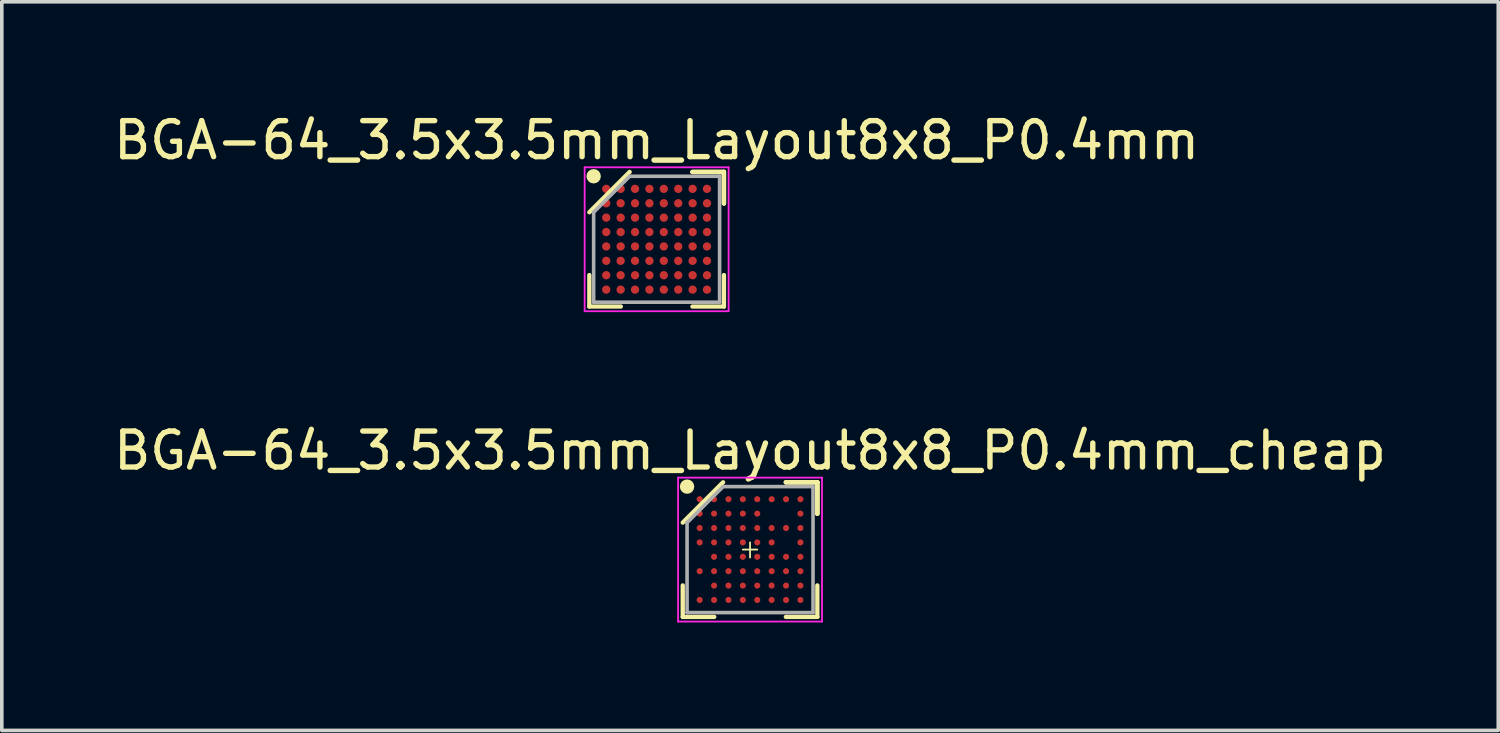
<source format=kicad_pcb>
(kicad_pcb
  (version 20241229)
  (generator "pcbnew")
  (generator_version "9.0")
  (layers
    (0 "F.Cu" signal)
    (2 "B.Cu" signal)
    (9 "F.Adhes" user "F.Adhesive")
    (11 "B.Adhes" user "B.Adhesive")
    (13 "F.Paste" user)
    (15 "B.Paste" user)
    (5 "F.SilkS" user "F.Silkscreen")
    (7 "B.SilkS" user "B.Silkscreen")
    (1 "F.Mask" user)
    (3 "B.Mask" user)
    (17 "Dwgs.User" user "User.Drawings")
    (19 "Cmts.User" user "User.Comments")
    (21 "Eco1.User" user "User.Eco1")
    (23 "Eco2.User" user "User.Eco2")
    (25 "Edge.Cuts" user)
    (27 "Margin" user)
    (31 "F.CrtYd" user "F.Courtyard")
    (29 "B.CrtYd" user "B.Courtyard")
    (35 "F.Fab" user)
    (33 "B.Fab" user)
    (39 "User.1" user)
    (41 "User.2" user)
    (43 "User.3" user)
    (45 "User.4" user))
  (footprint "BGA-64_3.5x3.5mm_Layout8x8_P0.4mm"
    (layer "F.Cu")
    (at 15.196 3.598)
    (property "Reference" "BGA-64_3.5x3.5mm_Layout8x8_P0.4mm" (at 0 -2.75 0) (layer "F.SilkS") (effects (font (size 1 1) (thickness 0.15))))
    (attr smd)
    (fp_line (start -1.87 1.87) (end -1.87 0.995) (stroke (width 0.12) (type solid)) (layer "F.SilkS"))
    (fp_line (start -0.995 1.87) (end -1.87 1.87) (stroke (width 0.12) (type solid)) (layer "F.SilkS"))
    (fp_line (start -0.75 -1.87) (end -1.87 -0.75) (stroke (width 0.12) (type solid)) (layer "F.SilkS"))
    (fp_line (start 0.995 -1.87) (end 1.87 -1.87) (stroke (width 0.12) (type solid)) (layer "F.SilkS"))
    (fp_line (start 0.995 -1.87) (end 1.87 -1.87) (stroke (width 0.12) (type solid)) (layer "F.SilkS"))
    (fp_line (start 0.995 -1.87) (end 1.87 -1.87) (stroke (width 0.12) (type solid)) (layer "F.SilkS"))
    (fp_line (start 0.995 1.87) (end 1.87 1.87) (stroke (width 0.12) (type solid)) (layer "F.SilkS"))
    (fp_line (start 1.87 -1.87) (end 1.87 -0.995) (stroke (width 0.12) (type solid)) (layer "F.SilkS"))
    (fp_line (start 1.87 -1.87) (end 1.87 -0.995) (stroke (width 0.12) (type solid)) (layer "F.SilkS"))
    (fp_line (start 1.87 -1.87) (end 1.87 -0.995) (stroke (width 0.12) (type solid)) (layer "F.SilkS"))
    (fp_line (start 1.87 1.87) (end 1.87 0.995) (stroke (width 0.12) (type solid)) (layer "F.SilkS"))
    (fp_circle (center -1.75 -1.75) (end -1.75 -1.65) (stroke (width 0.2) (type solid)) (fill no) (layer "F.SilkS"))
    (fp_line (start -2 -2) (end 2 -2) (stroke (width 0.05) (type solid)) (layer "F.CrtYd"))
    (fp_line (start -2 2) (end -2 -2) (stroke (width 0.05) (type solid)) (layer "F.CrtYd"))
    (fp_line (start 2 -2) (end 2 2) (stroke (width 0.05) (type solid)) (layer "F.CrtYd"))
    (fp_line (start 2 2) (end -2 2) (stroke (width 0.05) (type solid)) (layer "F.CrtYd"))
    (fp_line (start -1.75 -0.75) (end -1.75 1.75) (stroke (width 0.1) (type solid)) (layer "F.Fab"))
    (fp_line (start -1.75 1.75) (end 1.75 1.75) (stroke (width 0.1) (type solid)) (layer "F.Fab"))
    (fp_line (start -0.75 -1.75) (end -1.75 -0.75) (stroke (width 0.1) (type solid)) (layer "F.Fab"))
    (fp_line (start 1.75 -1.75) (end -0.75 -1.75) (stroke (width 0.1) (type solid)) (layer "F.Fab"))
    (fp_line (start 1.75 1.75) (end 1.75 -1.75) (stroke (width 0.1) (type solid)) (layer "F.Fab"))
    (pad "A1" smd circle (at -1.4 -1.4) (size 0.23 0.23) (layers "F.Cu" "F.Mask" "F.Paste"))
    (pad "A2" smd circle (at -1 -1.4) (size 0.23 0.23) (layers "F.Cu" "F.Mask" "F.Paste"))
    (pad "A3" smd circle (at -0.6 -1.4) (size 0.23 0.23) (layers "F.Cu" "F.Mask" "F.Paste"))
    (pad "A4" smd circle (at -0.2 -1.4) (size 0.23 0.23) (layers "F.Cu" "F.Mask" "F.Paste"))
    (pad "A5" smd circle (at 0.2 -1.4) (size 0.23 0.23) (layers "F.Cu" "F.Mask" "F.Paste"))
    (pad "A6" smd circle (at 0.6 -1.4) (size 0.23 0.23) (layers "F.Cu" "F.Mask" "F.Paste"))
    (pad "A7" smd circle (at 1 -1.4) (size 0.23 0.23) (layers "F.Cu" "F.Mask" "F.Paste"))
    (pad "A8" smd circle (at 1.4 -1.4) (size 0.23 0.23) (layers "F.Cu" "F.Mask" "F.Paste"))
    (pad "B1" smd circle (at -1.4 -1) (size 0.23 0.23) (layers "F.Cu" "F.Mask" "F.Paste"))
    (pad "B2" smd circle (at -1 -1) (size 0.23 0.23) (layers "F.Cu" "F.Mask" "F.Paste"))
    (pad "B3" smd circle (at -0.6 -1) (size 0.23 0.23) (layers "F.Cu" "F.Mask" "F.Paste"))
    (pad "B4" smd circle (at -0.2 -1) (size 0.23 0.23) (layers "F.Cu" "F.Mask" "F.Paste"))
    (pad "B5" smd circle (at 0.2 -1) (size 0.23 0.23) (layers "F.Cu" "F.Mask" "F.Paste"))
    (pad "B6" smd circle (at 0.6 -1) (size 0.23 0.23) (layers "F.Cu" "F.Mask" "F.Paste"))
    (pad "B7" smd circle (at 1 -1) (size 0.23 0.23) (layers "F.Cu" "F.Mask" "F.Paste"))
    (pad "B8" smd circle (at 1.4 -1) (size 0.23 0.23) (layers "F.Cu" "F.Mask" "F.Paste"))
    (pad "C1" smd circle (at -1.4 -0.6) (size 0.23 0.23) (layers "F.Cu" "F.Mask" "F.Paste"))
    (pad "C2" smd circle (at -1 -0.6) (size 0.23 0.23) (layers "F.Cu" "F.Mask" "F.Paste"))
    (pad "C3" smd circle (at -0.6 -0.6) (size 0.23 0.23) (layers "F.Cu" "F.Mask" "F.Paste"))
    (pad "C4" smd circle (at -0.2 -0.6) (size 0.23 0.23) (layers "F.Cu" "F.Mask" "F.Paste"))
    (pad "C5" smd circle (at 0.2 -0.6) (size 0.23 0.23) (layers "F.Cu" "F.Mask" "F.Paste"))
    (pad "C6" smd circle (at 0.6 -0.6) (size 0.23 0.23) (layers "F.Cu" "F.Mask" "F.Paste"))
    (pad "C7" smd circle (at 1 -0.6) (size 0.23 0.23) (layers "F.Cu" "F.Mask" "F.Paste"))
    (pad "C8" smd circle (at 1.4 -0.6) (size 0.23 0.23) (layers "F.Cu" "F.Mask" "F.Paste"))
    (pad "D1" smd circle (at -1.4 -0.2) (size 0.23 0.23) (layers "F.Cu" "F.Mask" "F.Paste"))
    (pad "D2" smd circle (at -1 -0.2) (size 0.23 0.23) (layers "F.Cu" "F.Mask" "F.Paste"))
    (pad "D3" smd circle (at -0.6 -0.2) (size 0.23 0.23) (layers "F.Cu" "F.Mask" "F.Paste"))
    (pad "D4" smd circle (at -0.2 -0.2) (size 0.23 0.23) (layers "F.Cu" "F.Mask" "F.Paste"))
    (pad "D5" smd circle (at 0.2 -0.2) (size 0.23 0.23) (layers "F.Cu" "F.Mask" "F.Paste"))
    (pad "D6" smd circle (at 0.6 -0.2) (size 0.23 0.23) (layers "F.Cu" "F.Mask" "F.Paste"))
    (pad "D7" smd circle (at 1 -0.2) (size 0.23 0.23) (layers "F.Cu" "F.Mask" "F.Paste"))
    (pad "D8" smd circle (at 1.4 -0.2) (size 0.23 0.23) (layers "F.Cu" "F.Mask" "F.Paste"))
    (pad "E1" smd circle (at -1.4 0.2) (size 0.23 0.23) (layers "F.Cu" "F.Mask" "F.Paste"))
    (pad "E2" smd circle (at -1 0.2) (size 0.23 0.23) (layers "F.Cu" "F.Mask" "F.Paste"))
    (pad "E3" smd circle (at -0.6 0.2) (size 0.23 0.23) (layers "F.Cu" "F.Mask" "F.Paste"))
    (pad "E4" smd circle (at -0.2 0.2) (size 0.23 0.23) (layers "F.Cu" "F.Mask" "F.Paste"))
    (pad "E5" smd circle (at 0.2 0.2) (size 0.23 0.23) (layers "F.Cu" "F.Mask" "F.Paste"))
    (pad "E6" smd circle (at 0.6 0.2) (size 0.23 0.23) (layers "F.Cu" "F.Mask" "F.Paste"))
    (pad "E7" smd circle (at 1 0.2) (size 0.23 0.23) (layers "F.Cu" "F.Mask" "F.Paste"))
    (pad "E8" smd circle (at 1.4 0.2) (size 0.23 0.23) (layers "F.Cu" "F.Mask" "F.Paste"))
    (pad "F1" smd circle (at -1.4 0.6) (size 0.23 0.23) (layers "F.Cu" "F.Mask" "F.Paste"))
    (pad "F2" smd circle (at -1 0.6) (size 0.23 0.23) (layers "F.Cu" "F.Mask" "F.Paste"))
    (pad "F3" smd circle (at -0.6 0.6) (size 0.23 0.23) (layers "F.Cu" "F.Mask" "F.Paste"))
    (pad "F4" smd circle (at -0.2 0.6) (size 0.23 0.23) (layers "F.Cu" "F.Mask" "F.Paste"))
    (pad "F5" smd circle (at 0.2 0.6) (size 0.23 0.23) (layers "F.Cu" "F.Mask" "F.Paste"))
    (pad "F6" smd circle (at 0.6 0.6) (size 0.23 0.23) (layers "F.Cu" "F.Mask" "F.Paste"))
    (pad "F7" smd circle (at 1 0.6) (size 0.23 0.23) (layers "F.Cu" "F.Mask" "F.Paste"))
    (pad "F8" smd circle (at 1.4 0.6) (size 0.23 0.23) (layers "F.Cu" "F.Mask" "F.Paste"))
    (pad "G1" smd circle (at -1.4 1) (size 0.23 0.23) (layers "F.Cu" "F.Mask" "F.Paste"))
    (pad "G2" smd circle (at -1 1) (size 0.23 0.23) (layers "F.Cu" "F.Mask" "F.Paste"))
    (pad "G3" smd circle (at -0.6 1) (size 0.23 0.23) (layers "F.Cu" "F.Mask" "F.Paste"))
    (pad "G4" smd circle (at -0.2 1) (size 0.23 0.23) (layers "F.Cu" "F.Mask" "F.Paste"))
    (pad "G5" smd circle (at 0.2 1) (size 0.23 0.23) (layers "F.Cu" "F.Mask" "F.Paste"))
    (pad "G6" smd circle (at 0.6 1) (size 0.23 0.23) (layers "F.Cu" "F.Mask" "F.Paste"))
    (pad "G7" smd circle (at 1 1) (size 0.23 0.23) (layers "F.Cu" "F.Mask" "F.Paste"))
    (pad "G8" smd circle (at 1.4 1) (size 0.23 0.23) (layers "F.Cu" "F.Mask" "F.Paste"))
    (pad "H1" smd circle (at -1.4 1.4) (size 0.23 0.23) (layers "F.Cu" "F.Mask" "F.Paste"))
    (pad "H2" smd circle (at -1 1.4) (size 0.23 0.23) (layers "F.Cu" "F.Mask" "F.Paste"))
    (pad "H3" smd circle (at -0.6 1.4) (size 0.23 0.23) (layers "F.Cu" "F.Mask" "F.Paste"))
    (pad "H4" smd circle (at -0.2 1.4) (size 0.23 0.23) (layers "F.Cu" "F.Mask" "F.Paste"))
    (pad "H5" smd circle (at 0.2 1.4) (size 0.23 0.23) (layers "F.Cu" "F.Mask" "F.Paste"))
    (pad "H6" smd circle (at 0.6 1.4) (size 0.23 0.23) (layers "F.Cu" "F.Mask" "F.Paste"))
    (pad "H7" smd circle (at 1 1.4) (size 0.23 0.23) (layers "F.Cu" "F.Mask" "F.Paste"))
    (pad "H8" smd circle (at 1.4 1.4) (size 0.23 0.23) (layers "F.Cu" "F.Mask" "F.Paste")))
  (footprint "BGA-64_3.5x3.5mm_Layout8x8_P0.4mm_cheap"
    (layer "F.Cu")
    (at 17.792 12.222)
    (property "Reference" "BGA-64_3.5x3.5mm_Layout8x8_P0.4mm_cheap" (at 0 -2.75 0) (layer "F.SilkS") (effects (font (size 1 1) (thickness 0.15))))
    (attr smd)
    (fp_line (start -1.87 1.87) (end -1.87 0.995) (stroke (width 0.12) (type solid)) (layer "F.SilkS"))
    (fp_line (start -0.995 1.87) (end -1.87 1.87) (stroke (width 0.12) (type solid)) (layer "F.SilkS"))
    (fp_line (start -0.75 -1.87) (end -1.87 -0.75) (stroke (width 0.12) (type solid)) (layer "F.SilkS"))
    (fp_line (start -0.2 0) (end 0.2 0) (stroke (width 0.05) (type solid)) (layer "F.SilkS"))
    (fp_line (start 0 -0.2) (end 0 0.22) (stroke (width 0.05) (type solid)) (layer "F.SilkS"))
    (fp_line (start 0.995 -1.87) (end 1.87 -1.87) (stroke (width 0.12) (type solid)) (layer "F.SilkS"))
    (fp_line (start 0.995 -1.87) (end 1.87 -1.87) (stroke (width 0.12) (type solid)) (layer "F.SilkS"))
    (fp_line (start 0.995 -1.87) (end 1.87 -1.87) (stroke (width 0.12) (type solid)) (layer "F.SilkS"))
    (fp_line (start 0.995 1.87) (end 1.87 1.87) (stroke (width 0.12) (type solid)) (layer "F.SilkS"))
    (fp_line (start 1.87 -1.87) (end 1.87 -0.995) (stroke (width 0.12) (type solid)) (layer "F.SilkS"))
    (fp_line (start 1.87 -1.87) (end 1.87 -0.995) (stroke (width 0.12) (type solid)) (layer "F.SilkS"))
    (fp_line (start 1.87 -1.87) (end 1.87 -0.995) (stroke (width 0.12) (type solid)) (layer "F.SilkS"))
    (fp_line (start 1.87 1.87) (end 1.87 0.995) (stroke (width 0.12) (type solid)) (layer "F.SilkS"))
    (fp_circle (center -1.75 -1.75) (end -1.75 -1.65) (stroke (width 0.2) (type solid)) (fill no) (layer "F.SilkS"))
    (fp_line (start -2 -2) (end 2 -2) (stroke (width 0.05) (type solid)) (layer "F.CrtYd"))
    (fp_line (start -2 2) (end -2 -2) (stroke (width 0.05) (type solid)) (layer "F.CrtYd"))
    (fp_line (start 2 -2) (end 2 2) (stroke (width 0.05) (type solid)) (layer "F.CrtYd"))
    (fp_line (start 2 2) (end -2 2) (stroke (width 0.05) (type solid)) (layer "F.CrtYd"))
    (fp_line (start -1.75 -0.75) (end -1.75 1.75) (stroke (width 0.1) (type solid)) (layer "F.Fab"))
    (fp_line (start -1.75 1.75) (end 1.75 1.75) (stroke (width 0.1) (type solid)) (layer "F.Fab"))
    (fp_line (start -0.75 -1.75) (end -1.75 -0.75) (stroke (width 0.1) (type solid)) (layer "F.Fab"))
    (fp_line (start 1.75 -1.75) (end -0.75 -1.75) (stroke (width 0.1) (type solid)) (layer "F.Fab"))
    (fp_line (start 1.75 1.75) (end 1.75 -1.75) (stroke (width 0.1) (type solid)) (layer "F.Fab"))
    (pad "A1" smd circle (at -1.4 -1.4) (size 0.17 0.17) (layers "F.Cu" "F.Mask" "F.Paste"))
    (pad "A2" smd circle (at -1 -1.4) (size 0.17 0.17) (layers "F.Cu" "F.Mask" "F.Paste"))
    (pad "A3" smd circle (at -0.6 -1.4) (size 0.17 0.17) (layers "F.Cu" "F.Mask" "F.Paste"))
    (pad "A4" smd circle (at -0.2 -1.4) (size 0.17 0.17) (layers "F.Cu" "F.Mask" "F.Paste"))
    (pad "A5" smd circle (at 0.2 -1.4) (size 0.17 0.17) (layers "F.Cu" "F.Mask" "F.Paste"))
    (pad "A6" smd circle (at 0.6 -1.4) (size 0.17 0.17) (layers "F.Cu" "F.Mask" "F.Paste"))
    (pad "A7" smd circle (at 1 -1.4) (size 0.17 0.17) (layers "F.Cu" "F.Mask" "F.Paste"))
    (pad "A8" smd circle (at 1.4 -1.4) (size 0.17 0.17) (layers "F.Cu" "F.Mask" "F.Paste"))
    (pad "B1" smd circle (at -1.4 -1) (size 0.17 0.17) (layers "F.Cu" "F.Mask" "F.Paste"))
    (pad "B2" smd circle (at -1 -1) (size 0.17 0.17) (layers "F.Cu" "F.Mask" "F.Paste"))
    (pad "B3" smd circle (at -0.6 -1) (size 0.17 0.17) (layers "F.Cu" "F.Mask" "F.Paste"))
    (pad "B4" smd circle (at -0.2 -1) (size 0.17 0.17) (layers "F.Cu" "F.Mask" "F.Paste"))
    (pad "B5" smd circle (at 0.2 -1) (size 0.17 0.17) (layers "F.Cu" "F.Mask" "F.Paste"))
    (pad "B8" smd circle (at 1.4 -1) (size 0.17 0.17) (layers "F.Cu" "F.Mask" "F.Paste"))
    (pad "C1" smd circle (at -1.4 -0.6) (size 0.17 0.17) (layers "F.Cu" "F.Mask" "F.Paste"))
    (pad "C2" smd circle (at -1 -0.6) (size 0.17 0.17) (layers "F.Cu" "F.Mask" "F.Paste"))
    (pad "C3" smd circle (at -0.6 -0.6) (size 0.17 0.17) (layers "F.Cu" "F.Mask" "F.Paste"))
    (pad "C4" smd circle (at -0.2 -0.6) (size 0.17 0.17) (layers "F.Cu" "F.Mask" "F.Paste"))
    (pad "C5" smd circle (at 0.2 -0.6) (size 0.17 0.17) (layers "F.Cu" "F.Mask" "F.Paste"))
    (pad "C6" smd circle (at 0.6 -0.6) (size 0.17 0.17) (layers "F.Cu" "F.Mask" "F.Paste"))
    (pad "C7" smd circle (at 1 -0.6) (size 0.17 0.17) (layers "F.Cu" "F.Mask" "F.Paste"))
    (pad "C8" smd circle (at 1.4 -0.6) (size 0.17 0.17) (layers "F.Cu" "F.Mask" "F.Paste"))
    (pad "D1" smd circle (at -1.4 -0.2) (size 0.17 0.17) (layers "F.Cu" "F.Mask" "F.Paste"))
    (pad "D2" smd circle (at -1 -0.2) (size 0.17 0.17) (layers "F.Cu" "F.Mask" "F.Paste"))
    (pad "D3" smd circle (at -0.6 -0.2) (size 0.17 0.17) (layers "F.Cu" "F.Mask" "F.Paste"))
    (pad "D4" smd circle (at -0.2 -0.2) (size 0.17 0.17) (layers "F.Cu" "F.Mask" "F.Paste"))
    (pad "D5" smd circle (at 0.2 -0.2) (size 0.17 0.17) (layers "F.Cu" "F.Mask" "F.Paste"))
    (pad "D6" smd circle (at 0.6 -0.2) (size 0.17 0.17) (layers "F.Cu" "F.Mask" "F.Paste"))
    (pad "D8" smd circle (at 1.4 -0.2) (size 0.17 0.17) (layers "F.Cu" "F.Mask" "F.Paste"))
    (pad "E2" smd circle (at -1 0.2) (size 0.17 0.17) (layers "F.Cu" "F.Mask" "F.Paste"))
    (pad "E3" smd circle (at -0.6 0.2) (size 0.17 0.17) (layers "F.Cu" "F.Mask" "F.Paste"))
    (pad "E4" smd circle (at -0.2 0.2) (size 0.17 0.17) (layers "F.Cu" "F.Mask" "F.Paste"))
    (pad "E5" smd circle (at 0.2 0.2) (size 0.17 0.17) (layers "F.Cu" "F.Mask" "F.Paste"))
    (pad "E6" smd circle (at 0.6 0.2) (size 0.17 0.17) (layers "F.Cu" "F.Mask" "F.Paste"))
    (pad "E7" smd circle (at 1 0.2) (size 0.17 0.17) (layers "F.Cu" "F.Mask" "F.Paste"))
    (pad "E8" smd circle (at 1.4 0.2) (size 0.17 0.17) (layers "F.Cu" "F.Mask" "F.Paste"))
    (pad "F1" smd circle (at -1.4 0.6) (size 0.17 0.17) (layers "F.Cu" "F.Mask" "F.Paste"))
    (pad "F2" smd circle (at -1 0.6) (size 0.17 0.17) (layers "F.Cu" "F.Mask" "F.Paste"))
    (pad "F3" smd circle (at -0.6 0.6) (size 0.17 0.17) (layers "F.Cu" "F.Mask" "F.Paste"))
    (pad "F4" smd circle (at -0.2 0.6) (size 0.17 0.17) (layers "F.Cu" "F.Mask" "F.Paste"))
    (pad "F5" smd circle (at 0.2 0.6) (size 0.17 0.17) (layers "F.Cu" "F.Mask" "F.Paste"))
    (pad "F6" smd circle (at 0.6 0.6) (size 0.17 0.17) (layers "F.Cu" "F.Mask" "F.Paste"))
    (pad "F7" smd circle (at 1 0.6) (size 0.17 0.17) (layers "F.Cu" "F.Mask" "F.Paste"))
    (pad "F8" smd circle (at 1.4 0.6) (size 0.17 0.17) (layers "F.Cu" "F.Mask" "F.Paste"))
    (pad "G2" smd circle (at -1 1) (size 0.17 0.17) (layers "F.Cu" "F.Mask" "F.Paste"))
    (pad "G3" smd circle (at -0.6 1) (size 0.17 0.17) (layers "F.Cu" "F.Mask" "F.Paste"))
    (pad "G4" smd circle (at -0.2 1) (size 0.17 0.17) (layers "F.Cu" "F.Mask" "F.Paste"))
    (pad "G5" smd circle (at 0.2 1) (size 0.17 0.17) (layers "F.Cu" "F.Mask" "F.Paste"))
    (pad "G6" smd circle (at 0.6 1) (size 0.17 0.17) (layers "F.Cu" "F.Mask" "F.Paste"))
    (pad "G7" smd circle (at 1 1) (size 0.17 0.17) (layers "F.Cu" "F.Mask" "F.Paste"))
    (pad "G8" smd circle (at 1.4 1) (size 0.17 0.17) (layers "F.Cu" "F.Mask" "F.Paste"))
    (pad "H1" smd circle (at -1.4 1.4) (size 0.17 0.17) (layers "F.Cu" "F.Mask" "F.Paste"))
    (pad "H2" smd circle (at -1 1.4) (size 0.17 0.17) (layers "F.Cu" "F.Mask" "F.Paste"))
    (pad "H3" smd circle (at -0.6 1.4) (size 0.17 0.17) (layers "F.Cu" "F.Mask" "F.Paste"))
    (pad "H4" smd circle (at -0.2 1.4) (size 0.17 0.17) (layers "F.Cu" "F.Mask" "F.Paste"))
    (pad "H5" smd circle (at 0.2 1.4) (size 0.17 0.17) (layers "F.Cu" "F.Mask" "F.Paste"))
    (pad "H6" smd circle (at 0.6 1.4) (size 0.17 0.17) (layers "F.Cu" "F.Mask" "F.Paste"))
    (pad "H7" smd circle (at 1 1.4) (size 0.17 0.17) (layers "F.Cu" "F.Mask" "F.Paste"))
    (pad "H8" smd circle (at 1.4 1.4) (size 0.17 0.17) (layers "F.Cu" "F.Mask" "F.Paste")))
  (gr_rect
    (start -3 -3)
    (end 38.583 17.247)
    (stroke (width 0.1) (type default))
    (fill no)
    (layer "Edge.Cuts")))
</source>
